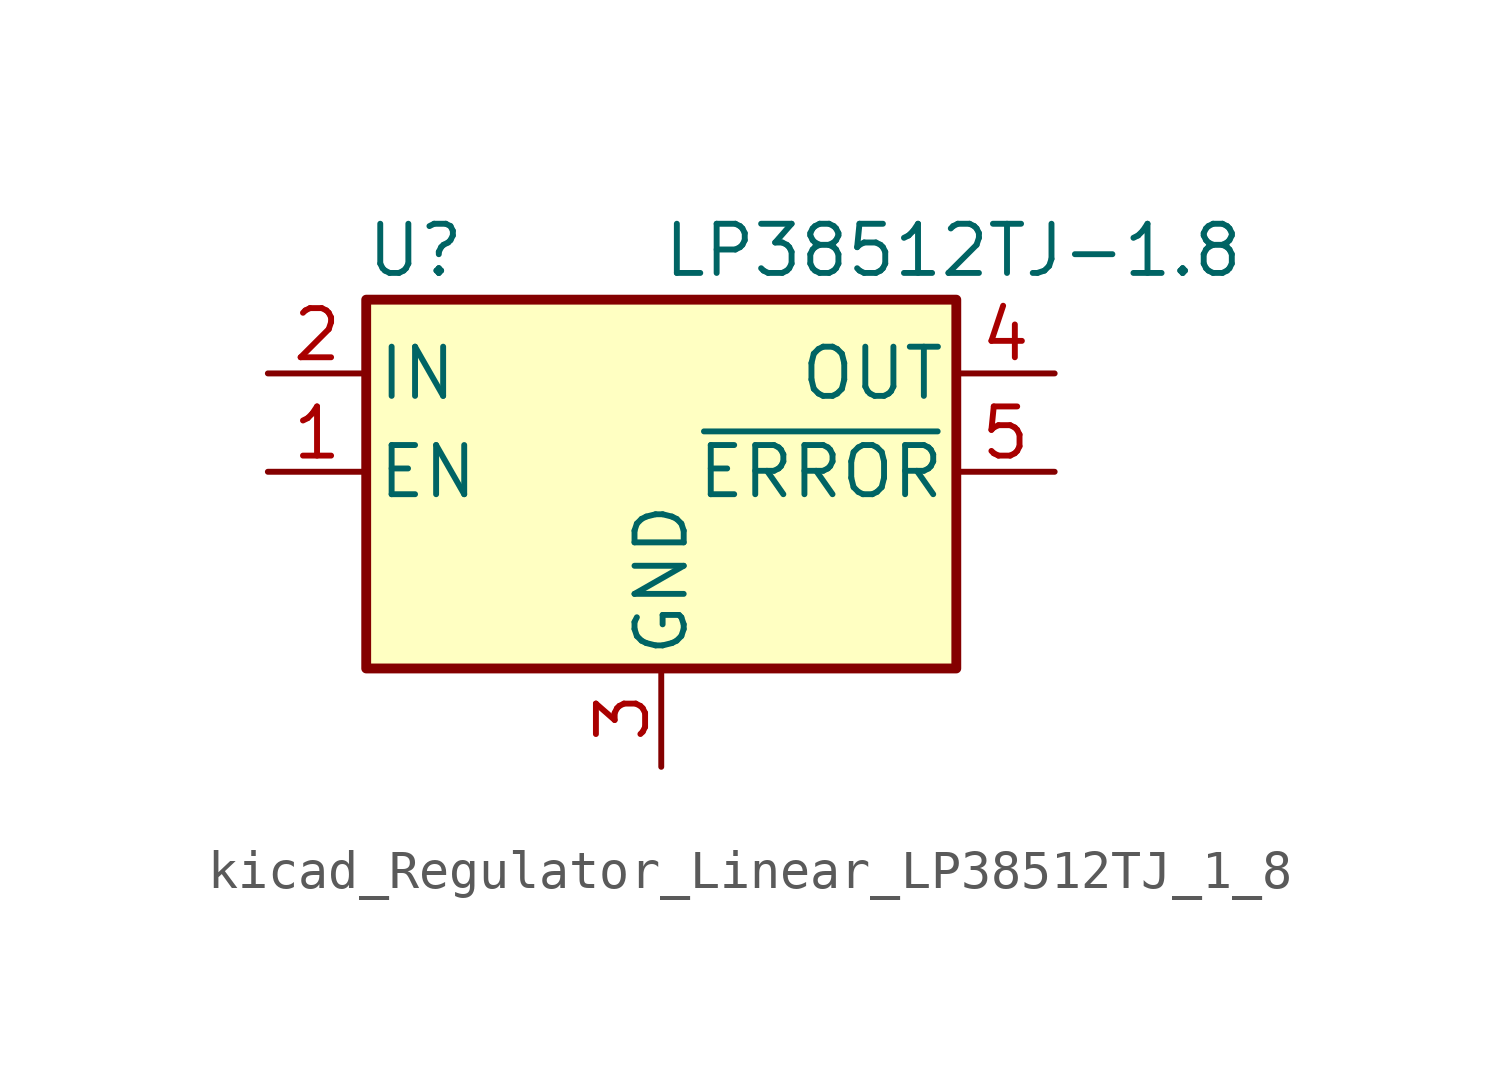
<source format=kicad_sym>
(kicad_symbol_lib
  (version 20220914)
  (generator kicad_symbol_editor)
  (symbol "kicad_Regulator_Linear_LP38512TJ_1_8"
    (pin_names
      (offset 0.254))
    (property "Reference" "U"
      (at -6.35 5.715 0)
      (effects (font (size 1.27 1.27))))
    (property "Value" "LP38512TJ-1.8"
      (at 0 5.715 0)
      (effects (font (size 1.27 1.27)) (justify left)))
    (symbol "kicad_Regulator_Linear_LP38512TJ_1_8_0_1"
      (rectangle (start -7.62 -5.08) (end 7.62 4.445) (stroke (width 0.254) (type default)) (fill (type background))))
    (symbol "kicad_Regulator_Linear_LP38512TJ_1_8_1_1"
      (pin input line (at -10.16 0 0) (length 2.54) (name "EN" (effects (font (size 1.27 1.27)))) (number "1" (effects (font (size 1.27 1.27)))))
      (pin power_in line (at -10.16 2.54 0) (length 2.54) (name "IN" (effects (font (size 1.27 1.27)))) (number "2" (effects (font (size 1.27 1.27)))))
      (pin power_in line (at 0 -7.62 90) (length 2.54) (name "GND" (effects (font (size 1.27 1.27)))) (number "3" (effects (font (size 1.27 1.27)))))
      (pin power_out line (at 10.16 2.54 180) (length 2.54) (name "OUT" (effects (font (size 1.27 1.27)))) (number "4" (effects (font (size 1.27 1.27)))))
      (pin open_collector line (at 10.16 0 180) (length 2.54) (name "~{ERROR}" (effects (font (size 1.27 1.27)))) (number "5" (effects (font (size 1.27 1.27)))))
      (pin passive line (at 0 -7.62 90) (length 2.54) hide (name "GND" (effects (font (size 1.27 1.27)))) (number "6" (effects (font (size 1.27 1.27))))))))
</source>
